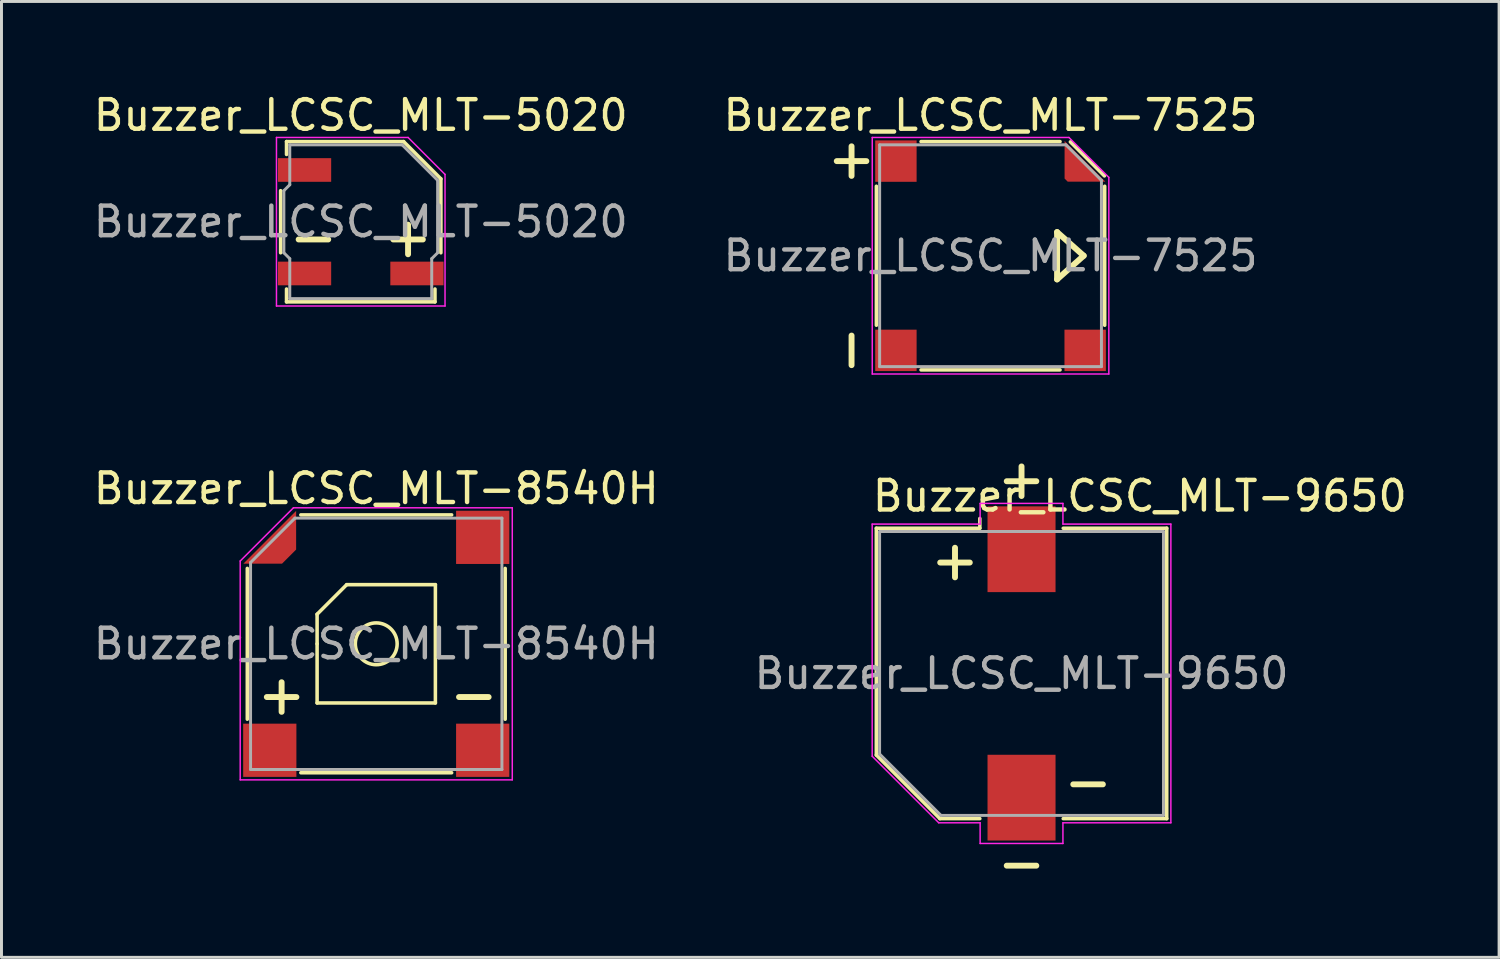
<source format=kicad_pcb>
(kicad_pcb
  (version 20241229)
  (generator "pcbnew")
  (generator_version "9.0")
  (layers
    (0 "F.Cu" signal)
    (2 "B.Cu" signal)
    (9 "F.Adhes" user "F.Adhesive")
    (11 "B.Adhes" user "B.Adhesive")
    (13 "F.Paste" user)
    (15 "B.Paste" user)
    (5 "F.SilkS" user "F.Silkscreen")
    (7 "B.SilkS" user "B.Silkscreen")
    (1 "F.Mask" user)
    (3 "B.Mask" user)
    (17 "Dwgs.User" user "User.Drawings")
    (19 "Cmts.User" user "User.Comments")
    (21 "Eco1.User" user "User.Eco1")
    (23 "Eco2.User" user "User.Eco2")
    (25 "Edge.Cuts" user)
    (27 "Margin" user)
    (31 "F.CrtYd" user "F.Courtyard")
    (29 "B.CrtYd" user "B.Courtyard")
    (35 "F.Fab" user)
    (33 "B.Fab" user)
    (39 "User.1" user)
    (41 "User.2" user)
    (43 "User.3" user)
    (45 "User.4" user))
  (footprint "Buzzer_LCSC_MLT-5020"
    (layer "F.Cu")
    (at 9.149 4.448)
    (property "Reference" "Buzzer_LCSC_MLT-5020" (at 0 -3.6 0) (layer "F.SilkS") (effects (font (size 1 1) (thickness 0.15))))
    (attr smd)
    (fp_line (start -2.71 -1.05) (end -2.71 1.05) (stroke (width 0.12) (type solid)) (layer "F.SilkS"))
    (fp_line (start -2.51 -2.275) (end -2.51 -2.71) (stroke (width 0.12) (type solid)) (layer "F.SilkS"))
    (fp_line (start -2.51 2.275) (end -2.51 2.71) (stroke (width 0.12) (type solid)) (layer "F.SilkS"))
    (fp_line (start -2.51 2.71) (end 2.51 2.71) (stroke (width 0.12) (type solid)) (layer "F.SilkS"))
    (fp_line (start -2.1 0.6) (end -1.1 0.6) (stroke (width 0.2) (type solid)) (layer "F.SilkS"))
    (fp_line (start 1.1 0.6) (end 2.1 0.6) (stroke (width 0.2) (type solid)) (layer "F.SilkS"))
    (fp_line (start 1.45 -2.71) (end -2.51 -2.71) (stroke (width 0.12) (type solid)) (layer "F.SilkS"))
    (fp_line (start 1.45 -2.71) (end 2.71 -1.45) (stroke (width 0.12) (type solid)) (layer "F.SilkS"))
    (fp_line (start 1.6 0.1) (end 1.6 1.1) (stroke (width 0.2) (type solid)) (layer "F.SilkS"))
    (fp_line (start 2.51 2.275) (end 2.51 2.71) (stroke (width 0.12) (type solid)) (layer "F.SilkS"))
    (fp_line (start 2.71 1.05) (end 2.71 -1.45) (stroke (width 0.12) (type solid)) (layer "F.SilkS"))
    (fp_line (start -2.85 -2.85) (end 1.6 -2.85) (stroke (width 0.05) (type solid)) (layer "F.CrtYd"))
    (fp_line (start -2.85 2.85) (end -2.85 -2.85) (stroke (width 0.05) (type solid)) (layer "F.CrtYd"))
    (fp_line (start 1.6 -2.85) (end 2.85 -1.6) (stroke (width 0.05) (type solid)) (layer "F.CrtYd"))
    (fp_line (start 2.85 -1.6) (end 2.85 2.85) (stroke (width 0.05) (type solid)) (layer "F.CrtYd"))
    (fp_line (start 2.85 2.85) (end -2.85 2.85) (stroke (width 0.05) (type solid)) (layer "F.CrtYd"))
    (fp_line (start -2.6 -1.05) (end -2.4 -1.25) (stroke (width 0.1) (type solid)) (layer "F.Fab"))
    (fp_line (start -2.6 1.05) (end -2.6 -1.05) (stroke (width 0.1) (type solid)) (layer "F.Fab"))
    (fp_line (start -2.6 1.05) (end -2.4 1.25) (stroke (width 0.1) (type solid)) (layer "F.Fab"))
    (fp_line (start -2.4 -2.6) (end 1.4 -2.6) (stroke (width 0.1) (type solid)) (layer "F.Fab"))
    (fp_line (start -2.4 -1.25) (end -2.4 -2.6) (stroke (width 0.1) (type solid)) (layer "F.Fab"))
    (fp_line (start -2.4 1.25) (end -2.4 2.6) (stroke (width 0.1) (type solid)) (layer "F.Fab"))
    (fp_line (start -2.4 2.6) (end 2.4 2.6) (stroke (width 0.1) (type solid)) (layer "F.Fab"))
    (fp_line (start 1.4 -2.6) (end 2.6 -1.4) (stroke (width 0.1) (type solid)) (layer "F.Fab"))
    (fp_line (start 2.4 2.6) (end 2.4 1.25) (stroke (width 0.1) (type solid)) (layer "F.Fab"))
    (fp_line (start 2.6 1.05) (end 2.4 1.25) (stroke (width 0.1) (type solid)) (layer "F.Fab"))
    (fp_line (start 2.6 1.05) (end 2.6 -1.4) (stroke (width 0.1) (type solid)) (layer "F.Fab"))
    (fp_text user "${REFERENCE}" (at 0 0 0) (layer "F.Fab") (effects (font (size 1 1) (thickness 0.15))))
    (pad "1" smd rect (at -1.9 1.75 180) (size 1.8 0.8) (layers "F.Cu" "F.Mask" "F.Paste"))
    (pad "2" smd rect (at 1.9 1.75 180) (size 1.8 0.8) (layers "F.Cu" "F.Mask" "F.Paste"))
    (pad "3" smd rect (at -1.9 -1.75) (size 1.8 0.8) (layers "F.Cu" "F.Mask" "F.Paste")))
  (footprint "Buzzer_LCSC_MLT-8540H"
    (layer "F.Cu")
    (at 9.673 18.721)
    (property "Reference" "Buzzer_LCSC_MLT-8540H" (at 0 -5.25 0) (layer "F.SilkS") (effects (font (size 1 1) (thickness 0.15))))
    (attr smd)
    (fp_line (start -4.36 2.55) (end -4.36 -2.55) (stroke (width 0.12) (type solid)) (layer "F.SilkS"))
    (fp_line (start -3.7 1.8) (end -2.7 1.8) (stroke (width 0.2) (type solid)) (layer "F.SilkS"))
    (fp_line (start -3.2 1.3) (end -3.2 2.3) (stroke (width 0.2) (type solid)) (layer "F.SilkS"))
    (fp_line (start -2 -1) (end -2 0) (stroke (width 0.12) (type solid)) (layer "F.SilkS"))
    (fp_line (start -2 0) (end -2 2) (stroke (width 0.12) (type solid)) (layer "F.SilkS"))
    (fp_line (start -2 2) (end 2 2) (stroke (width 0.12) (type solid)) (layer "F.SilkS"))
    (fp_line (start -1 -2) (end -2 -1) (stroke (width 0.12) (type solid)) (layer "F.SilkS"))
    (fp_line (start 2 -2) (end -1 -2) (stroke (width 0.12) (type solid)) (layer "F.SilkS"))
    (fp_line (start 2 2) (end 2 -2) (stroke (width 0.12) (type solid)) (layer "F.SilkS"))
    (fp_line (start 2.55 -4.36) (end -2.55 -4.36) (stroke (width 0.12) (type solid)) (layer "F.SilkS"))
    (fp_line (start 2.55 4.36) (end -2.55 4.36) (stroke (width 0.12) (type solid)) (layer "F.SilkS"))
    (fp_line (start 2.8 1.8) (end 3.8 1.8) (stroke (width 0.2) (type solid)) (layer "F.SilkS"))
    (fp_line (start 4.36 2.55) (end 4.36 -2.55) (stroke (width 0.12) (type solid)) (layer "F.SilkS"))
    (fp_circle (center 0 0) (end 0.5 0.5) (stroke (width 0.12) (type solid)) (fill no) (layer "F.SilkS"))
    (fp_line (start -4.6 4.6) (end -4.6 -2.8) (stroke (width 0.05) (type solid)) (layer "F.CrtYd"))
    (fp_line (start -2.8 -4.6) (end -4.6 -2.8) (stroke (width 0.05) (type solid)) (layer "F.CrtYd"))
    (fp_line (start -2.8 -4.6) (end 4.6 -4.6) (stroke (width 0.05) (type solid)) (layer "F.CrtYd"))
    (fp_line (start 4.6 -4.6) (end 4.6 4.6) (stroke (width 0.05) (type solid)) (layer "F.CrtYd"))
    (fp_line (start 4.6 4.6) (end -4.6 4.6) (stroke (width 0.05) (type solid)) (layer "F.CrtYd"))
    (fp_line (start -4.25 4.25) (end -4.25 -2.75) (stroke (width 0.1) (type solid)) (layer "F.Fab"))
    (fp_line (start -2.75 -4.25) (end -4.25 -2.75) (stroke (width 0.1) (type solid)) (layer "F.Fab"))
    (fp_line (start -2.75 -4.25) (end 4.25 -4.25) (stroke (width 0.1) (type solid)) (layer "F.Fab"))
    (fp_line (start 4.25 4.25) (end -4.25 4.25) (stroke (width 0.1) (type solid)) (layer "F.Fab"))
    (fp_line (start 4.25 4.25) (end 4.25 -4.25) (stroke (width 0.1) (type solid)) (layer "F.Fab"))
    (fp_text user "${REFERENCE}" (at 0 0 0) (layer "F.Fab") (effects (font (size 1 1) (thickness 0.15))))
    (pad "1" smd rect (at -3.6 3.6) (size 1.8 1.8) (layers "F.Cu" "F.Mask" "F.Paste"))
    (pad "2" smd rect (at 3.6 3.6) (size 1.8 1.8) (layers "F.Cu" "F.Mask" "F.Paste"))
    (pad "3" smd rect (at 3.6 -3.6) (size 1.8 1.8) (layers "F.Cu" "F.Mask" "F.Paste"))
    (pad "4" smd trapezoid (at -3.275 -3.275 315) (size 0.925 1.6) (rect_delta 0.925 0) (layers "F.Cu" "F.Mask" "F.Paste")))
  (footprint "Buzzer_LCSC_MLT-9650"
    (layer "F.Cu")
    (at 31.494 19.723)
    (property "Reference" "Buzzer_LCSC_MLT-9650" (at 4 -6 0) (layer "F.SilkS") (effects (font (size 1 1) (thickness 0.15))))
    (attr smd)
    (fp_line (start -4.91 -4.91) (end -1.41 -4.91) (stroke (width 0.12) (type solid)) (layer "F.SilkS"))
    (fp_line (start -4.91 2.76) (end -4.91 -4.91) (stroke (width 0.12) (type solid)) (layer "F.SilkS"))
    (fp_line (start -4.91 2.76) (end -2.76 4.91) (stroke (width 0.12) (type solid)) (layer "F.SilkS"))
    (fp_line (start -2.75 -3.75) (end -1.75 -3.75) (stroke (width 0.2) (type solid)) (layer "F.SilkS"))
    (fp_line (start -2.25 -4.25) (end -2.25 -3.25) (stroke (width 0.2) (type solid)) (layer "F.SilkS"))
    (fp_line (start -1.41 -5.24) (end -1.41 -4.91) (stroke (width 0.12) (type solid)) (layer "F.SilkS"))
    (fp_line (start -1.41 4.91) (end -2.76 4.91) (stroke (width 0.12) (type solid)) (layer "F.SilkS"))
    (fp_line (start -0.5 -6.5) (end 0.5 -6.5) (stroke (width 0.2) (type solid)) (layer "F.SilkS"))
    (fp_line (start 0 -7) (end 0 -6) (stroke (width 0.2) (type solid)) (layer "F.SilkS"))
    (fp_line (start 0.5 6.5) (end -0.5 6.5) (stroke (width 0.2) (type solid)) (layer "F.SilkS"))
    (fp_line (start 1.41 -4.91) (end 4.91 -4.91) (stroke (width 0.12) (type solid)) (layer "F.SilkS"))
    (fp_line (start 2.75 3.75) (end 1.75 3.75) (stroke (width 0.2) (type solid)) (layer "F.SilkS"))
    (fp_line (start 4.91 -4.91) (end 4.91 4.91) (stroke (width 0.12) (type solid)) (layer "F.SilkS"))
    (fp_line (start 4.91 4.91) (end 1.41 4.91) (stroke (width 0.12) (type solid)) (layer "F.SilkS"))
    (fp_line (start -5.05 -5.05) (end -1.4 -5.05) (stroke (width 0.05) (type solid)) (layer "F.CrtYd"))
    (fp_line (start -5.05 2.8) (end -5.05 -5.05) (stroke (width 0.05) (type solid)) (layer "F.CrtYd"))
    (fp_line (start -5.05 2.8) (end -2.8 5.05) (stroke (width 0.05) (type solid)) (layer "F.CrtYd"))
    (fp_line (start -1.4 -5.75) (end 1.4 -5.75) (stroke (width 0.05) (type solid)) (layer "F.CrtYd"))
    (fp_line (start -1.4 -5.05) (end -1.4 -5.75) (stroke (width 0.05) (type solid)) (layer "F.CrtYd"))
    (fp_line (start -1.4 5.05) (end -2.8 5.05) (stroke (width 0.05) (type solid)) (layer "F.CrtYd"))
    (fp_line (start -1.4 5.05) (end -1.4 5.75) (stroke (width 0.05) (type solid)) (layer "F.CrtYd"))
    (fp_line (start 1.4 -5.05) (end 1.4 -5.75) (stroke (width 0.05) (type solid)) (layer "F.CrtYd"))
    (fp_line (start 1.4 -5.05) (end 5.05 -5.05) (stroke (width 0.05) (type solid)) (layer "F.CrtYd"))
    (fp_line (start 1.4 5.05) (end 1.4 5.75) (stroke (width 0.05) (type solid)) (layer "F.CrtYd"))
    (fp_line (start 1.4 5.75) (end -1.4 5.75) (stroke (width 0.05) (type solid)) (layer "F.CrtYd"))
    (fp_line (start 5.05 -5.05) (end 5.05 5.05) (stroke (width 0.05) (type solid)) (layer "F.CrtYd"))
    (fp_line (start 5.05 5.05) (end 1.4 5.05) (stroke (width 0.05) (type solid)) (layer "F.CrtYd"))
    (fp_line (start -4.8 -4.8) (end 4.8 -4.8) (stroke (width 0.1) (type solid)) (layer "F.Fab"))
    (fp_line (start -4.8 2.725) (end -4.8 -4.775) (stroke (width 0.1) (type solid)) (layer "F.Fab"))
    (fp_line (start -2.725 4.8) (end -4.8 2.725) (stroke (width 0.1) (type solid)) (layer "F.Fab"))
    (fp_line (start 4.8 -4.8) (end 4.8 4.8) (stroke (width 0.1) (type solid)) (layer "F.Fab"))
    (fp_line (start 4.8 4.8) (end -2.725 4.8) (stroke (width 0.1) (type solid)) (layer "F.Fab"))
    (fp_text user "${REFERENCE}" (at 0 0 0) (layer "F.Fab") (effects (font (size 1 1) (thickness 0.15))))
    (pad "1" smd rect (at 0 -4.2) (size 2.3 2.9) (layers "F.Cu" "F.Mask" "F.Paste"))
    (pad "2" smd rect (at 0 4.2) (size 2.3 2.9) (layers "F.Cu" "F.Mask" "F.Paste")))
  (footprint "Buzzer_LCSC_MLT-7525"
    (layer "F.Cu")
    (at 30.446 5.598)
    (property "Reference" "Buzzer_LCSC_MLT-7525" (at 0 -4.75 0) (layer "F.SilkS") (effects (font (size 1 1) (thickness 0.15))))
    (attr smd)
    (fp_line (start -5.2 -3.2) (end -4.2 -3.2) (stroke (width 0.2) (type solid)) (layer "F.SilkS"))
    (fp_line (start -4.7 -3.7) (end -4.7 -2.7) (stroke (width 0.2) (type solid)) (layer "F.SilkS"))
    (fp_line (start -4.7 2.7) (end -4.7 3.7) (stroke (width 0.2) (type solid)) (layer "F.SilkS"))
    (fp_line (start -3.86 2.35) (end -3.86 -2.35) (stroke (width 0.12) (type solid)) (layer "F.SilkS"))
    (fp_line (start 2.25 -0.8) (end 2.25 0.8) (stroke (width 0.2) (type solid)) (layer "F.SilkS"))
    (fp_line (start 2.25 -0.8) (end 3.15 0) (stroke (width 0.2) (type solid)) (layer "F.SilkS"))
    (fp_line (start 2.35 -3.86) (end -2.35 -3.86) (stroke (width 0.12) (type solid)) (layer "F.SilkS"))
    (fp_line (start 2.35 3.86) (end -2.35 3.86) (stroke (width 0.12) (type solid)) (layer "F.SilkS"))
    (fp_line (start 2.7 -3.85) (end 3.85 -2.7) (stroke (width 0.12) (type solid)) (layer "F.SilkS"))
    (fp_line (start 3.15 0) (end 2.25 0.8) (stroke (width 0.2) (type solid)) (layer "F.SilkS"))
    (fp_line (start 3.86 2.35) (end 3.86 -2.35) (stroke (width 0.12) (type solid)) (layer "F.SilkS"))
    (fp_line (start -4 -4) (end 2.65 -4) (stroke (width 0.05) (type solid)) (layer "F.CrtYd"))
    (fp_line (start -4 4) (end -4 -4) (stroke (width 0.05) (type solid)) (layer "F.CrtYd"))
    (fp_line (start 2.65 -4) (end 4 -2.65) (stroke (width 0.05) (type solid)) (layer "F.CrtYd"))
    (fp_line (start 4 -2.65) (end 4 4) (stroke (width 0.05) (type solid)) (layer "F.CrtYd"))
    (fp_line (start 4 4) (end -4 4) (stroke (width 0.05) (type solid)) (layer "F.CrtYd"))
    (fp_line (start -3.75 -3.75) (end 2.55 -3.75) (stroke (width 0.1) (type solid)) (layer "F.Fab"))
    (fp_line (start -3.75 3.75) (end -3.75 -3.75) (stroke (width 0.1) (type solid)) (layer "F.Fab"))
    (fp_line (start 2.55 -3.75) (end 3.75 -2.55) (stroke (width 0.1) (type solid)) (layer "F.Fab"))
    (fp_line (start 3.75 3.75) (end -3.75 3.75) (stroke (width 0.1) (type solid)) (layer "F.Fab"))
    (fp_line (start 3.75 3.75) (end 3.75 -2.55) (stroke (width 0.1) (type solid)) (layer "F.Fab"))
    (fp_text user "${REFERENCE}" (at 0 0 0) (layer "F.Fab") (effects (font (size 1 1) (thickness 0.15))))
    (pad "1" smd rect (at -3.2 -3.2) (size 1.4 1.4) (layers "F.Cu" "F.Mask" "F.Paste"))
    (pad "2" smd rect (at -3.2 3.2) (size 1.4 1.4) (layers "F.Cu" "F.Mask" "F.Paste"))
    (pad "3" smd rect (at 3.2 3.2) (size 1.4 1.4) (layers "F.Cu" "F.Mask" "F.Paste"))
    (pad "4" smd trapezoid (at 2.875 -2.875 225) (size 0.9 1.05) (rect_delta 0.9 0) (layers "F.Cu" "F.Mask" "F.Paste")))
  (gr_rect
    (start -3 -3)
    (end 47.643 29.323)
    (stroke (width 0.1) (type default))
    (fill no)
    (layer "Edge.Cuts")))
</source>
